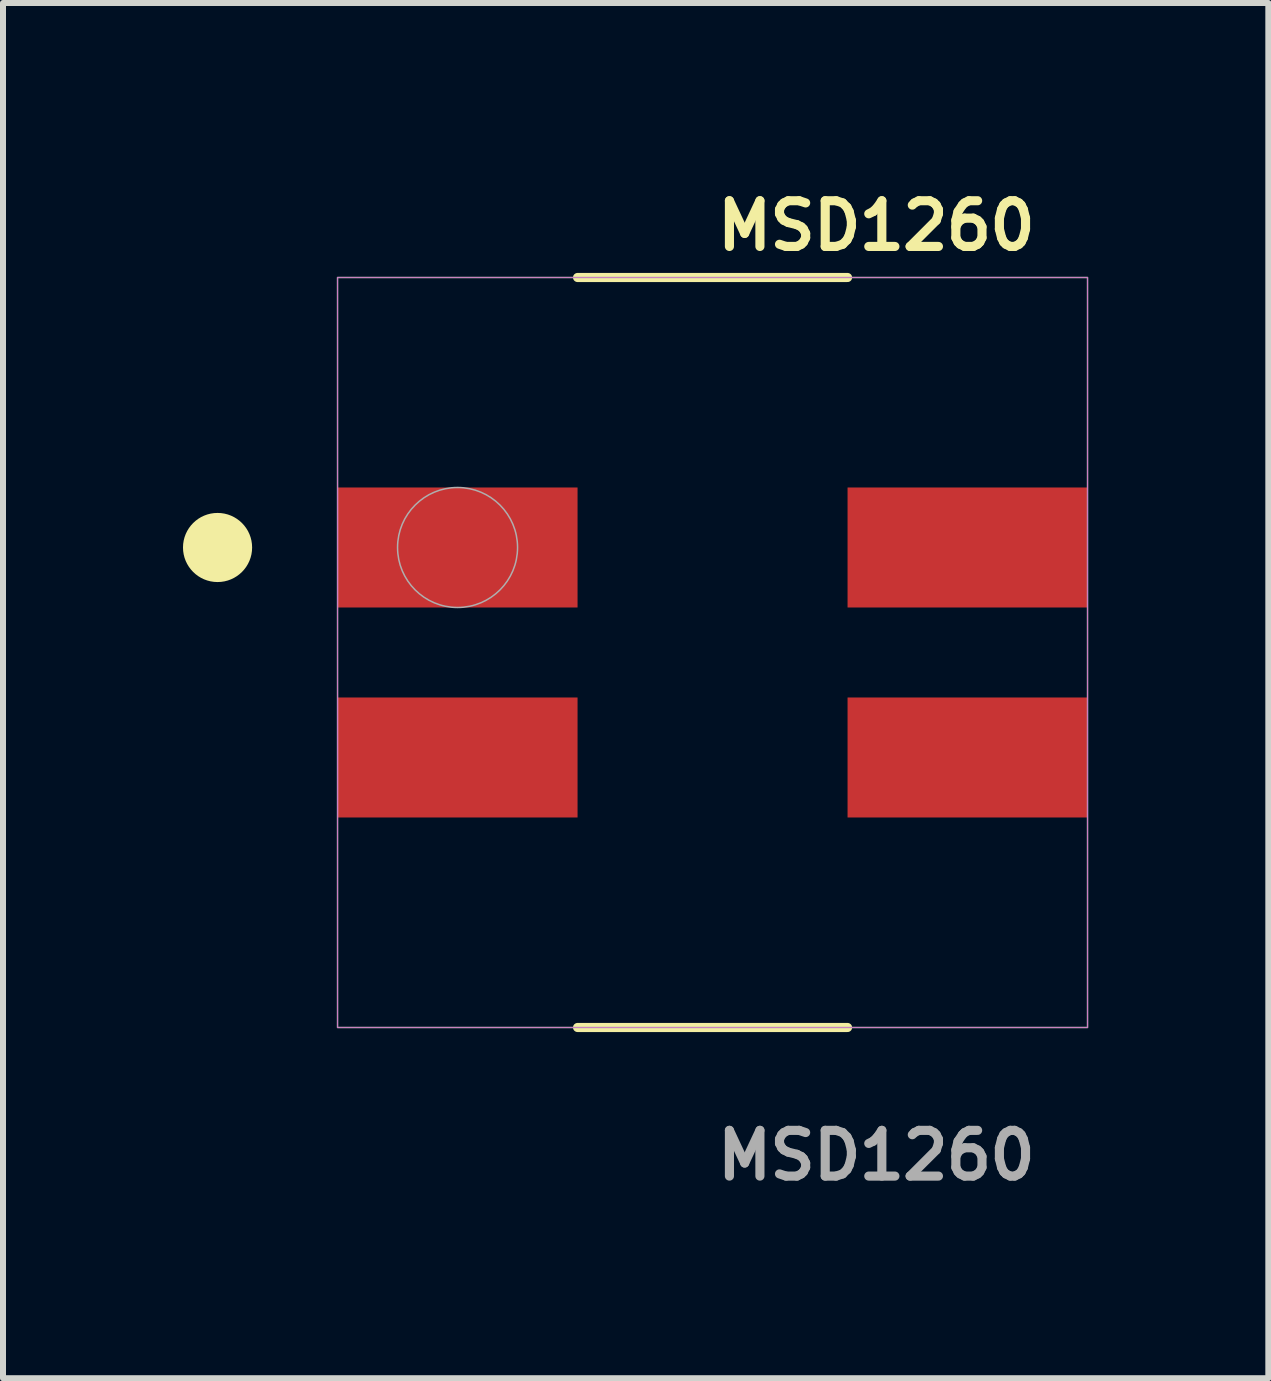
<source format=kicad_pcb>
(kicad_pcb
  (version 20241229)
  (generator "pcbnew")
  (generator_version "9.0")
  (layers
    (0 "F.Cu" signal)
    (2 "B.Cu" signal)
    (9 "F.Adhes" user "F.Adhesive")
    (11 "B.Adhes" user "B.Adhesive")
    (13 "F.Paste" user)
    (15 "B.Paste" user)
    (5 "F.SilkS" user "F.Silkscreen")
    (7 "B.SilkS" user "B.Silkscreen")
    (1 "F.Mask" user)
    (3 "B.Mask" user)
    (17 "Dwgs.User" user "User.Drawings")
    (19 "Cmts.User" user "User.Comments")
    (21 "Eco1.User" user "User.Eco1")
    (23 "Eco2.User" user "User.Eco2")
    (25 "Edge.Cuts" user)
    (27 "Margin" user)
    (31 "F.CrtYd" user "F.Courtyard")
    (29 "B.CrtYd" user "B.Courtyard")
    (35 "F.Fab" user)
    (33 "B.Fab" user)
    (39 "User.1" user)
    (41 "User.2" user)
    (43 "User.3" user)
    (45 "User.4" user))
  (footprint "MSD1260"
    (layer "F.Cu")
    (at 8.826 7.825)
    (property "Reference" "MSD1260" (at 0 -7.112 0) (unlocked yes) (layer "F.SilkS") (effects (font (size 0.762 0.762) (thickness 0.152)) (justify left)))
    (attr smd)
    (fp_line (start 2.25 -6.25) (end -2.25 -6.25) (stroke (width 0.152) (type solid)) (layer "F.SilkS"))
    (fp_line (start 2.25 6.25) (end -2.25 6.25) (stroke (width 0.152) (type solid)) (layer "F.SilkS"))
    (fp_circle (center -8.25 -1.75) (end -8.75 -1.75) (stroke (width 0.152) (type solid)) (fill yes) (layer "F.SilkS"))
    (fp_rect (start -6.25 -6.25) (end 6.25 6.25) (stroke (width 0.006) (type default)) (fill no) (layer "F.CrtYd"))
    (fp_rect (start -6.25 -6.25) (end 6.25 6.25) (stroke (width 0.025) (type default)) (fill no) (layer "F.Fab"))
    (fp_circle (center -4.25 -1.75) (end -3.25 -1.75) (stroke (width 0.025) (type solid)) (fill no) (layer "F.Fab"))
    (fp_text user "${REFERENCE}" (at 0 8.382 0) (unlocked yes) (layer "F.Fab") (effects (font (size 0.762 0.762) (thickness 0.152)) (justify left)))
    (pad "1" smd rect (at -4.25 -1.75) (size 4 2) (layers "F.Cu" "F.Mask" "F.Paste"))
    (pad "2" smd rect (at -4.25 1.75) (size 4 2) (layers "F.Cu" "F.Mask" "F.Paste"))
    (pad "3" smd rect (at 4.25 1.75) (size 4 2) (layers "F.Cu" "F.Mask" "F.Paste"))
    (pad "4" smd rect (at 4.25 -1.75) (size 4 2) (layers "F.Cu" "F.Mask" "F.Paste")))
  (gr_rect
    (start -3 -3)
    (end 18.089 19.92)
    (stroke (width 0.1) (type default))
    (fill no)
    (layer "Edge.Cuts")))
</source>
